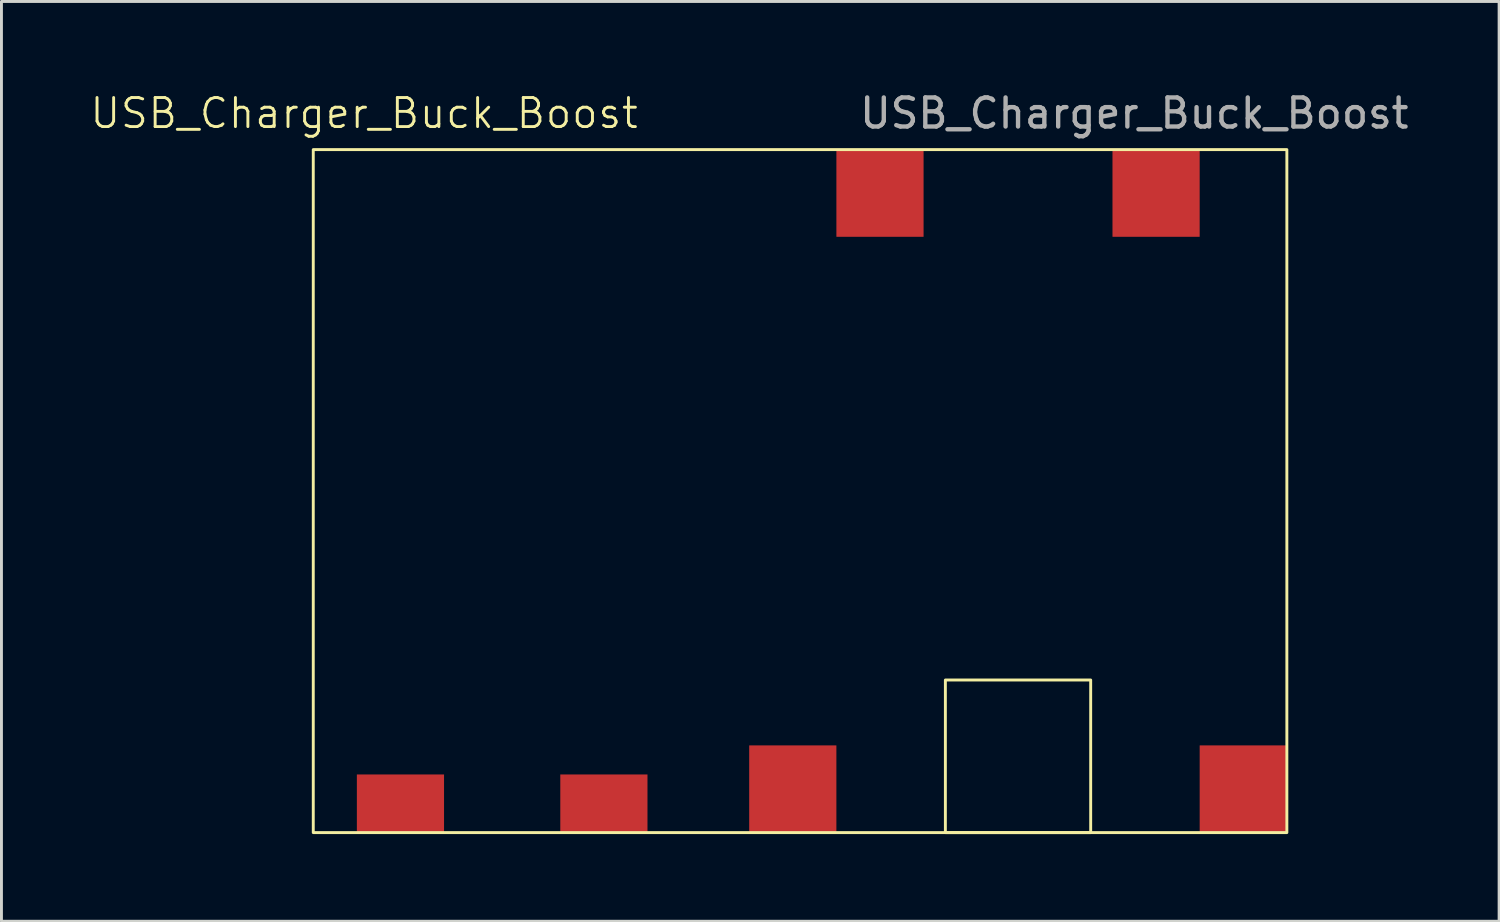
<source format=kicad_pcb>
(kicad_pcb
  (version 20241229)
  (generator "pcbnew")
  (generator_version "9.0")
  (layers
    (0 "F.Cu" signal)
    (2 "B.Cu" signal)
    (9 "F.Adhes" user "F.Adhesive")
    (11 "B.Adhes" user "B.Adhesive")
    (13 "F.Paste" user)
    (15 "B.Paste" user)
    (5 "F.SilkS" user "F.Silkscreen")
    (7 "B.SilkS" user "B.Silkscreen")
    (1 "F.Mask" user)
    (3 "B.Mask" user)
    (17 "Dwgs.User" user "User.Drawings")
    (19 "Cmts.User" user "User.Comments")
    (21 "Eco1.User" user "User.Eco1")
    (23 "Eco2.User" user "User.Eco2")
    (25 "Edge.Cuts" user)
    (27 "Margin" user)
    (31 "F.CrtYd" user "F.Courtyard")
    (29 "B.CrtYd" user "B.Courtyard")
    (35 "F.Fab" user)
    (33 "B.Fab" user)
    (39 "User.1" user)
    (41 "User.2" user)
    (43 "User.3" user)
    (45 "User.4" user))
  (footprint "USB_Charger_Buck_Boost"
    (layer "F.Cu")
    (at 24.479 13.848)
    (property "Reference" "USB_Charger_Buck_Boost" (at -15 -13 0) (unlocked yes) (layer "F.SilkS") (effects (font (size 1 1) (thickness 0.1))))
    (attr smd)
    (fp_rect (start -16.75 -11.75) (end 16.75 11.75) (stroke (width 0.1) (type default)) (fill no) (layer "F.SilkS"))
    (fp_rect (start 5 6.5) (end 10 11.75) (stroke (width 0.1) (type default)) (fill no) (layer "F.SilkS"))
    (fp_text user "${REFERENCE}" (at 11.5 -13 0) (unlocked yes) (layer "F.Fab") (effects (font (size 1 1) (thickness 0.15))))
    (pad "1" smd rect (at -0.25 10.25) (size 3 3) (layers "F.Cu" "F.Mask" "F.Paste"))
    (pad "2" smd rect (at 15.25 10.25) (size 3 3) (layers "F.Cu" "F.Mask" "F.Paste"))
    (pad "3" smd rect (at -13.75 10.75) (size 3 2) (layers "F.Cu" "F.Mask" "F.Paste"))
    (pad "4" smd rect (at -6.75 10.75) (size 3 2) (layers "F.Cu" "F.Mask" "F.Paste"))
    (pad "5" smd rect (at 2.75 -10.25) (size 3 3) (layers "F.Cu" "F.Mask" "F.Paste"))
    (pad "6" smd rect (at 12.25 -10.25) (size 3 3) (layers "F.Cu" "F.Mask" "F.Paste")))
  (gr_rect
    (start -3 -3)
    (end 48.532 28.648)
    (stroke (width 0.1) (type default))
    (fill no)
    (layer "Edge.Cuts")))
</source>
